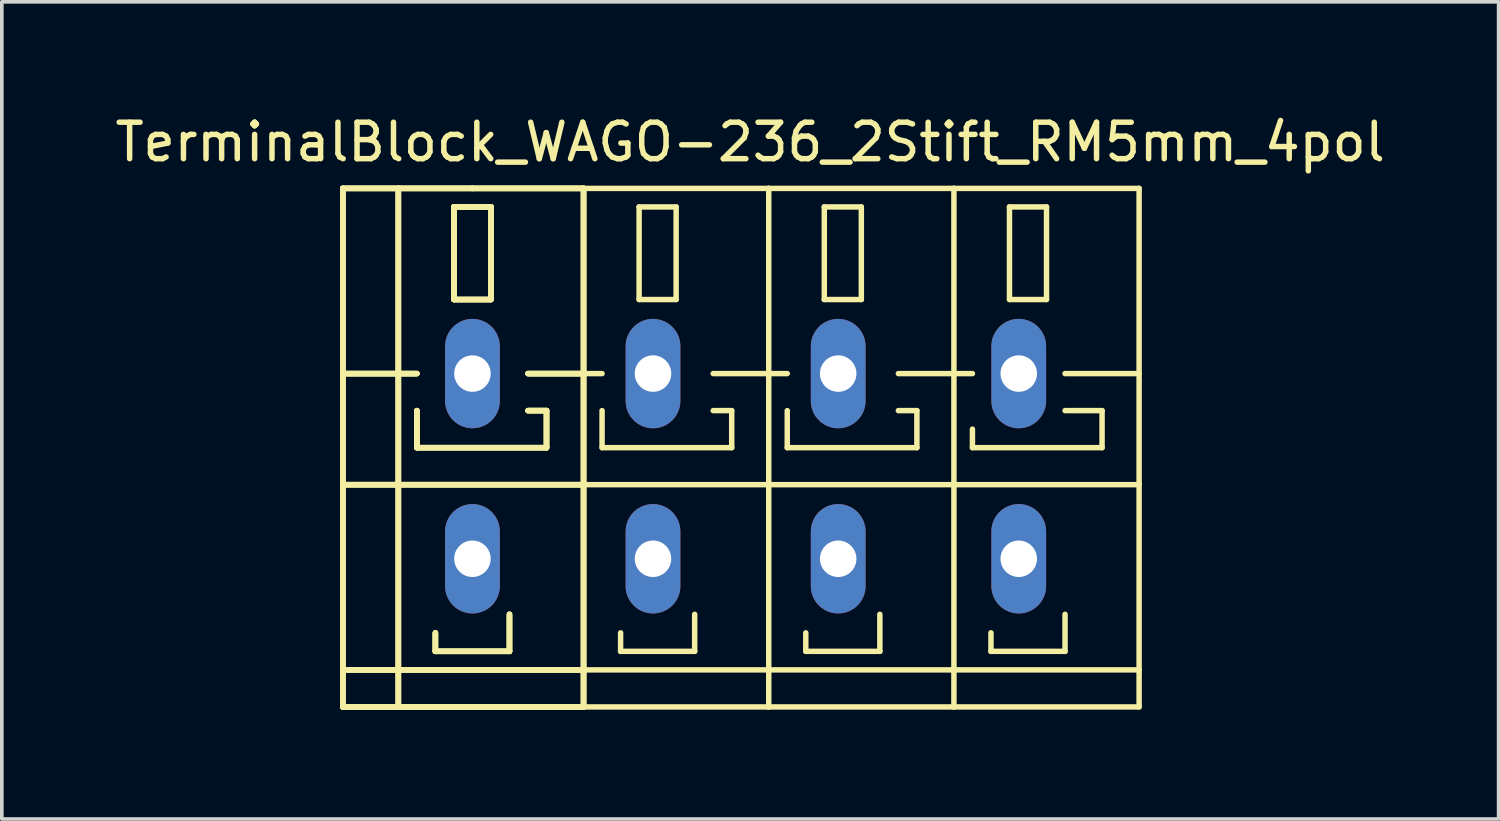
<source format=kicad_pcb>
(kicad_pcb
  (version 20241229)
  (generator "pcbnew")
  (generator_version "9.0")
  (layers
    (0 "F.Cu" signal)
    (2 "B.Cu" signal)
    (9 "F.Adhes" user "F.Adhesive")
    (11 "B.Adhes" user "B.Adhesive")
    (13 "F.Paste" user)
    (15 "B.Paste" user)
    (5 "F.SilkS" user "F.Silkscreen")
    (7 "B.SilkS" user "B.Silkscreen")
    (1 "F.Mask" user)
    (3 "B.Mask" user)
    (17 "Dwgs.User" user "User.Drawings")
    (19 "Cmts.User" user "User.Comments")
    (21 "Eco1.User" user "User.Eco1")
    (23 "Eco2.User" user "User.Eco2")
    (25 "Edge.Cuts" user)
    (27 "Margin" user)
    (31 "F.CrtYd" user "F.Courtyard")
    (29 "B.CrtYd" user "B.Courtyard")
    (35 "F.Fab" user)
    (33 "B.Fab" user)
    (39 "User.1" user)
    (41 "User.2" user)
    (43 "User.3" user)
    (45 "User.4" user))
  (footprint "TerminalBlock_WAGO-236_2Stift_RM5mm_4pol"
    (layer "F.Cu")
    (at 17.53 9.738)
    (property "Reference" "TerminalBlock_WAGO-236_2Stift_RM5mm_4pol" (at 0 -8.89 0) (layer "F.SilkS") (effects (font (size 1 1) (thickness 0.15))))
    (attr through_hole)
    (fp_line (start -11.176 -7.62) (end -9.652 -7.62) (stroke (width 0.15) (type solid)) (layer "F.SilkS"))
    (fp_line (start -11.176 -7.62) (end -9.652 -7.62) (stroke (width 0.15) (type solid)) (layer "F.SilkS"))
    (fp_line (start -11.176 -7.62) (end -9.652 -7.62) (stroke (width 0.15) (type solid)) (layer "F.SilkS"))
    (fp_line (start -11.176 -7.62) (end -9.652 -7.62) (stroke (width 0.15) (type solid)) (layer "F.SilkS"))
    (fp_line (start -11.176 -2.54) (end -9.144 -2.54) (stroke (width 0.15) (type solid)) (layer "F.SilkS"))
    (fp_line (start -11.176 -2.54) (end -9.144 -2.54) (stroke (width 0.15) (type solid)) (layer "F.SilkS"))
    (fp_line (start -11.176 -2.54) (end -9.144 -2.54) (stroke (width 0.15) (type solid)) (layer "F.SilkS"))
    (fp_line (start -11.176 -2.54) (end -9.144 -2.54) (stroke (width 0.15) (type solid)) (layer "F.SilkS"))
    (fp_line (start -11.176 0.508) (end -4.572 0.508) (stroke (width 0.15) (type solid)) (layer "F.SilkS"))
    (fp_line (start -11.176 0.508) (end -4.572 0.508) (stroke (width 0.15) (type solid)) (layer "F.SilkS"))
    (fp_line (start -11.176 0.508) (end -4.572 0.508) (stroke (width 0.15) (type solid)) (layer "F.SilkS"))
    (fp_line (start -11.176 0.508) (end -4.572 0.508) (stroke (width 0.15) (type solid)) (layer "F.SilkS"))
    (fp_line (start -11.176 5.588) (end -4.572 5.588) (stroke (width 0.15) (type solid)) (layer "F.SilkS"))
    (fp_line (start -11.176 5.588) (end -4.572 5.588) (stroke (width 0.15) (type solid)) (layer "F.SilkS"))
    (fp_line (start -11.176 5.588) (end -4.572 5.588) (stroke (width 0.15) (type solid)) (layer "F.SilkS"))
    (fp_line (start -11.176 5.588) (end -4.572 5.588) (stroke (width 0.15) (type solid)) (layer "F.SilkS"))
    (fp_line (start -11.176 6.604) (end -11.176 -7.62) (stroke (width 0.15) (type solid)) (layer "F.SilkS"))
    (fp_line (start -11.176 6.604) (end -11.176 -7.62) (stroke (width 0.15) (type solid)) (layer "F.SilkS"))
    (fp_line (start -11.176 6.604) (end -11.176 -7.62) (stroke (width 0.15) (type solid)) (layer "F.SilkS"))
    (fp_line (start -11.176 6.604) (end -11.176 -7.62) (stroke (width 0.15) (type solid)) (layer "F.SilkS"))
    (fp_line (start -9.652 -7.62) (end -7.62 -7.62) (stroke (width 0.15) (type solid)) (layer "F.SilkS"))
    (fp_line (start -9.652 -7.62) (end -7.62 -7.62) (stroke (width 0.15) (type solid)) (layer "F.SilkS"))
    (fp_line (start -9.652 -7.62) (end -7.62 -7.62) (stroke (width 0.15) (type solid)) (layer "F.SilkS"))
    (fp_line (start -9.652 -7.62) (end -7.62 -7.62) (stroke (width 0.15) (type solid)) (layer "F.SilkS"))
    (fp_line (start -9.652 6.604) (end -11.176 6.604) (stroke (width 0.15) (type solid)) (layer "F.SilkS"))
    (fp_line (start -9.652 6.604) (end -11.176 6.604) (stroke (width 0.15) (type solid)) (layer "F.SilkS"))
    (fp_line (start -9.652 6.604) (end -11.176 6.604) (stroke (width 0.15) (type solid)) (layer "F.SilkS"))
    (fp_line (start -9.652 6.604) (end -11.176 6.604) (stroke (width 0.15) (type solid)) (layer "F.SilkS"))
    (fp_line (start -9.652 6.604) (end -9.652 -7.62) (stroke (width 0.15) (type solid)) (layer "F.SilkS"))
    (fp_line (start -9.652 6.604) (end -9.652 -7.62) (stroke (width 0.15) (type solid)) (layer "F.SilkS"))
    (fp_line (start -9.652 6.604) (end -9.652 -7.62) (stroke (width 0.15) (type solid)) (layer "F.SilkS"))
    (fp_line (start -9.652 6.604) (end -9.652 -7.62) (stroke (width 0.15) (type solid)) (layer "F.SilkS"))
    (fp_line (start -9.144 -1.524) (end -9.144 -0.508) (stroke (width 0.15) (type solid)) (layer "F.SilkS"))
    (fp_line (start -9.144 -1.524) (end -9.144 -0.508) (stroke (width 0.15) (type solid)) (layer "F.SilkS"))
    (fp_line (start -9.144 -1.524) (end -9.144 -0.508) (stroke (width 0.15) (type solid)) (layer "F.SilkS"))
    (fp_line (start -9.144 -1.524) (end -9.144 -0.508) (stroke (width 0.15) (type solid)) (layer "F.SilkS"))
    (fp_line (start -9.144 -0.508) (end -5.588 -0.508) (stroke (width 0.15) (type solid)) (layer "F.SilkS"))
    (fp_line (start -9.144 -0.508) (end -5.588 -0.508) (stroke (width 0.15) (type solid)) (layer "F.SilkS"))
    (fp_line (start -9.144 -0.508) (end -5.588 -0.508) (stroke (width 0.15) (type solid)) (layer "F.SilkS"))
    (fp_line (start -9.144 -0.508) (end -5.588 -0.508) (stroke (width 0.15) (type solid)) (layer "F.SilkS"))
    (fp_line (start -8.636 4.572) (end -8.636 5.08) (stroke (width 0.15) (type solid)) (layer "F.SilkS"))
    (fp_line (start -8.636 4.572) (end -8.636 5.08) (stroke (width 0.15) (type solid)) (layer "F.SilkS"))
    (fp_line (start -8.636 4.572) (end -8.636 5.08) (stroke (width 0.15) (type solid)) (layer "F.SilkS"))
    (fp_line (start -8.636 4.572) (end -8.636 5.08) (stroke (width 0.15) (type solid)) (layer "F.SilkS"))
    (fp_line (start -8.636 5.08) (end -6.604 5.08) (stroke (width 0.15) (type solid)) (layer "F.SilkS"))
    (fp_line (start -8.636 5.08) (end -6.604 5.08) (stroke (width 0.15) (type solid)) (layer "F.SilkS"))
    (fp_line (start -8.636 5.08) (end -6.604 5.08) (stroke (width 0.15) (type solid)) (layer "F.SilkS"))
    (fp_line (start -8.636 5.08) (end -6.604 5.08) (stroke (width 0.15) (type solid)) (layer "F.SilkS"))
    (fp_line (start -8.128 -7.112) (end -7.112 -7.112) (stroke (width 0.15) (type solid)) (layer "F.SilkS"))
    (fp_line (start -8.128 -7.112) (end -7.112 -7.112) (stroke (width 0.15) (type solid)) (layer "F.SilkS"))
    (fp_line (start -8.128 -7.112) (end -7.112 -7.112) (stroke (width 0.15) (type solid)) (layer "F.SilkS"))
    (fp_line (start -8.128 -7.112) (end -7.112 -7.112) (stroke (width 0.15) (type solid)) (layer "F.SilkS"))
    (fp_line (start -8.128 -4.572) (end -8.128 -7.112) (stroke (width 0.15) (type solid)) (layer "F.SilkS"))
    (fp_line (start -8.128 -4.572) (end -8.128 -7.112) (stroke (width 0.15) (type solid)) (layer "F.SilkS"))
    (fp_line (start -8.128 -4.572) (end -8.128 -7.112) (stroke (width 0.15) (type solid)) (layer "F.SilkS"))
    (fp_line (start -8.128 -4.572) (end -8.128 -7.112) (stroke (width 0.15) (type solid)) (layer "F.SilkS"))
    (fp_line (start -7.62 -7.62) (end -4.572 -7.62) (stroke (width 0.15) (type solid)) (layer "F.SilkS"))
    (fp_line (start -7.62 -7.62) (end -4.572 -7.62) (stroke (width 0.15) (type solid)) (layer "F.SilkS"))
    (fp_line (start -7.62 -7.62) (end -4.572 -7.62) (stroke (width 0.15) (type solid)) (layer "F.SilkS"))
    (fp_line (start -7.62 -7.62) (end -4.572 -7.62) (stroke (width 0.15) (type solid)) (layer "F.SilkS"))
    (fp_line (start -7.112 -7.112) (end -7.112 -4.572) (stroke (width 0.15) (type solid)) (layer "F.SilkS"))
    (fp_line (start -7.112 -7.112) (end -7.112 -4.572) (stroke (width 0.15) (type solid)) (layer "F.SilkS"))
    (fp_line (start -7.112 -7.112) (end -7.112 -4.572) (stroke (width 0.15) (type solid)) (layer "F.SilkS"))
    (fp_line (start -7.112 -7.112) (end -7.112 -4.572) (stroke (width 0.15) (type solid)) (layer "F.SilkS"))
    (fp_line (start -7.112 -4.572) (end -8.128 -4.572) (stroke (width 0.15) (type solid)) (layer "F.SilkS"))
    (fp_line (start -7.112 -4.572) (end -8.128 -4.572) (stroke (width 0.15) (type solid)) (layer "F.SilkS"))
    (fp_line (start -7.112 -4.572) (end -8.128 -4.572) (stroke (width 0.15) (type solid)) (layer "F.SilkS"))
    (fp_line (start -7.112 -4.572) (end -8.128 -4.572) (stroke (width 0.15) (type solid)) (layer "F.SilkS"))
    (fp_line (start -6.604 5.08) (end -6.604 4.064) (stroke (width 0.15) (type solid)) (layer "F.SilkS"))
    (fp_line (start -6.604 5.08) (end -6.604 4.064) (stroke (width 0.15) (type solid)) (layer "F.SilkS"))
    (fp_line (start -6.604 5.08) (end -6.604 4.064) (stroke (width 0.15) (type solid)) (layer "F.SilkS"))
    (fp_line (start -6.604 5.08) (end -6.604 4.064) (stroke (width 0.15) (type solid)) (layer "F.SilkS"))
    (fp_line (start -6.096 -2.54) (end -4.572 -2.54) (stroke (width 0.15) (type solid)) (layer "F.SilkS"))
    (fp_line (start -6.096 -2.54) (end -4.572 -2.54) (stroke (width 0.15) (type solid)) (layer "F.SilkS"))
    (fp_line (start -6.096 -2.54) (end -4.572 -2.54) (stroke (width 0.15) (type solid)) (layer "F.SilkS"))
    (fp_line (start -6.096 -2.54) (end -4.572 -2.54) (stroke (width 0.15) (type solid)) (layer "F.SilkS"))
    (fp_line (start -5.588 -1.524) (end -6.096 -1.524) (stroke (width 0.15) (type solid)) (layer "F.SilkS"))
    (fp_line (start -5.588 -1.524) (end -6.096 -1.524) (stroke (width 0.15) (type solid)) (layer "F.SilkS"))
    (fp_line (start -5.588 -1.524) (end -6.096 -1.524) (stroke (width 0.15) (type solid)) (layer "F.SilkS"))
    (fp_line (start -5.588 -1.524) (end -6.096 -1.524) (stroke (width 0.15) (type solid)) (layer "F.SilkS"))
    (fp_line (start -5.588 -0.508) (end -5.588 -1.524) (stroke (width 0.15) (type solid)) (layer "F.SilkS"))
    (fp_line (start -5.588 -0.508) (end -5.588 -1.524) (stroke (width 0.15) (type solid)) (layer "F.SilkS"))
    (fp_line (start -5.588 -0.508) (end -5.588 -1.524) (stroke (width 0.15) (type solid)) (layer "F.SilkS"))
    (fp_line (start -5.588 -0.508) (end -5.588 -1.524) (stroke (width 0.15) (type solid)) (layer "F.SilkS"))
    (fp_line (start -4.572 -7.62) (end -4.572 6.604) (stroke (width 0.15) (type solid)) (layer "F.SilkS"))
    (fp_line (start -4.572 -7.62) (end -4.572 6.604) (stroke (width 0.15) (type solid)) (layer "F.SilkS"))
    (fp_line (start -4.572 -7.62) (end -4.572 6.604) (stroke (width 0.15) (type solid)) (layer "F.SilkS"))
    (fp_line (start -4.572 -7.62) (end -4.572 6.604) (stroke (width 0.15) (type solid)) (layer "F.SilkS"))
    (fp_line (start -4.572 -2.54) (end -4.064 -2.54) (stroke (width 0.15) (type solid)) (layer "F.SilkS"))
    (fp_line (start -4.572 0.508) (end 0.508 0.508) (stroke (width 0.15) (type solid)) (layer "F.SilkS"))
    (fp_line (start -4.572 5.588) (end 0.508 5.588) (stroke (width 0.15) (type solid)) (layer "F.SilkS"))
    (fp_line (start -4.572 6.604) (end -9.652 6.604) (stroke (width 0.15) (type solid)) (layer "F.SilkS"))
    (fp_line (start -4.572 6.604) (end -9.652 6.604) (stroke (width 0.15) (type solid)) (layer "F.SilkS"))
    (fp_line (start -4.572 6.604) (end -9.652 6.604) (stroke (width 0.15) (type solid)) (layer "F.SilkS"))
    (fp_line (start -4.572 6.604) (end -9.652 6.604) (stroke (width 0.15) (type solid)) (layer "F.SilkS"))
    (fp_line (start -4.572 6.604) (end 0.508 6.604) (stroke (width 0.15) (type solid)) (layer "F.SilkS"))
    (fp_line (start -4.064 -1.524) (end -4.064 -0.508) (stroke (width 0.15) (type solid)) (layer "F.SilkS"))
    (fp_line (start -4.064 -0.508) (end -0.508 -0.508) (stroke (width 0.15) (type solid)) (layer "F.SilkS"))
    (fp_line (start -3.556 4.572) (end -3.556 5.08) (stroke (width 0.15) (type solid)) (layer "F.SilkS"))
    (fp_line (start -3.556 5.08) (end -1.524 5.08) (stroke (width 0.15) (type solid)) (layer "F.SilkS"))
    (fp_line (start -3.048 -7.112) (end -3.048 -4.572) (stroke (width 0.15) (type solid)) (layer "F.SilkS"))
    (fp_line (start -3.048 -4.572) (end -2.032 -4.572) (stroke (width 0.15) (type solid)) (layer "F.SilkS"))
    (fp_line (start -2.032 -7.112) (end -3.048 -7.112) (stroke (width 0.15) (type solid)) (layer "F.SilkS"))
    (fp_line (start -2.032 -4.572) (end -2.032 -7.112) (stroke (width 0.15) (type solid)) (layer "F.SilkS"))
    (fp_line (start -1.524 5.08) (end -1.524 4.064) (stroke (width 0.15) (type solid)) (layer "F.SilkS"))
    (fp_line (start -1.016 -2.54) (end 0.508 -2.54) (stroke (width 0.15) (type solid)) (layer "F.SilkS"))
    (fp_line (start -0.508 -1.524) (end -1.016 -1.524) (stroke (width 0.15) (type solid)) (layer "F.SilkS"))
    (fp_line (start -0.508 -0.508) (end -0.508 -1.524) (stroke (width 0.15) (type solid)) (layer "F.SilkS"))
    (fp_line (start 0.508 -7.62) (end -4.572 -7.62) (stroke (width 0.15) (type solid)) (layer "F.SilkS"))
    (fp_line (start 0.508 -2.54) (end 1.016 -2.54) (stroke (width 0.15) (type solid)) (layer "F.SilkS"))
    (fp_line (start 0.508 0.508) (end 5.588 0.508) (stroke (width 0.15) (type solid)) (layer "F.SilkS"))
    (fp_line (start 0.508 5.588) (end 5.588 5.588) (stroke (width 0.15) (type solid)) (layer "F.SilkS"))
    (fp_line (start 0.508 6.604) (end 0.508 -7.62) (stroke (width 0.15) (type solid)) (layer "F.SilkS"))
    (fp_line (start 0.508 6.604) (end 5.588 6.604) (stroke (width 0.15) (type solid)) (layer "F.SilkS"))
    (fp_line (start 1.016 -1.524) (end 1.016 -0.508) (stroke (width 0.15) (type solid)) (layer "F.SilkS"))
    (fp_line (start 1.016 -0.508) (end 4.572 -0.508) (stroke (width 0.15) (type solid)) (layer "F.SilkS"))
    (fp_line (start 1.524 4.572) (end 1.524 5.08) (stroke (width 0.15) (type solid)) (layer "F.SilkS"))
    (fp_line (start 1.524 5.08) (end 3.556 5.08) (stroke (width 0.15) (type solid)) (layer "F.SilkS"))
    (fp_line (start 2.032 -7.112) (end 2.032 -4.572) (stroke (width 0.15) (type solid)) (layer "F.SilkS"))
    (fp_line (start 2.032 -4.572) (end 3.048 -4.572) (stroke (width 0.15) (type solid)) (layer "F.SilkS"))
    (fp_line (start 3.048 -7.112) (end 2.032 -7.112) (stroke (width 0.15) (type solid)) (layer "F.SilkS"))
    (fp_line (start 3.048 -4.572) (end 3.048 -7.112) (stroke (width 0.15) (type solid)) (layer "F.SilkS"))
    (fp_line (start 3.556 5.08) (end 3.556 4.064) (stroke (width 0.15) (type solid)) (layer "F.SilkS"))
    (fp_line (start 4.064 -2.54) (end 5.588 -2.54) (stroke (width 0.15) (type solid)) (layer "F.SilkS"))
    (fp_line (start 4.572 -1.524) (end 4.064 -1.524) (stroke (width 0.15) (type solid)) (layer "F.SilkS"))
    (fp_line (start 4.572 -0.508) (end 4.572 -1.524) (stroke (width 0.15) (type solid)) (layer "F.SilkS"))
    (fp_line (start 5.588 -7.62) (end 0.508 -7.62) (stroke (width 0.15) (type solid)) (layer "F.SilkS"))
    (fp_line (start 5.588 -2.54) (end 6.096 -2.54) (stroke (width 0.15) (type solid)) (layer "F.SilkS"))
    (fp_line (start 5.588 0.508) (end 10.668 0.508) (stroke (width 0.15) (type solid)) (layer "F.SilkS"))
    (fp_line (start 5.588 5.588) (end 10.668 5.588) (stroke (width 0.15) (type solid)) (layer "F.SilkS"))
    (fp_line (start 5.588 6.604) (end 5.588 -7.62) (stroke (width 0.15) (type solid)) (layer "F.SilkS"))
    (fp_line (start 5.588 6.604) (end 10.668 6.604) (stroke (width 0.15) (type solid)) (layer "F.SilkS"))
    (fp_line (start 6.096 -1.016) (end 6.096 -0.508) (stroke (width 0.15) (type solid)) (layer "F.SilkS"))
    (fp_line (start 6.096 -0.508) (end 9.652 -0.508) (stroke (width 0.15) (type solid)) (layer "F.SilkS"))
    (fp_line (start 6.604 4.572) (end 6.604 5.08) (stroke (width 0.15) (type solid)) (layer "F.SilkS"))
    (fp_line (start 6.604 5.08) (end 8.636 5.08) (stroke (width 0.15) (type solid)) (layer "F.SilkS"))
    (fp_line (start 7.112 -7.112) (end 7.112 -4.572) (stroke (width 0.15) (type solid)) (layer "F.SilkS"))
    (fp_line (start 7.112 -4.572) (end 8.128 -4.572) (stroke (width 0.15) (type solid)) (layer "F.SilkS"))
    (fp_line (start 8.128 -7.112) (end 7.112 -7.112) (stroke (width 0.15) (type solid)) (layer "F.SilkS"))
    (fp_line (start 8.128 -4.572) (end 8.128 -7.112) (stroke (width 0.15) (type solid)) (layer "F.SilkS"))
    (fp_line (start 8.636 -2.54) (end 10.668 -2.54) (stroke (width 0.15) (type solid)) (layer "F.SilkS"))
    (fp_line (start 8.636 5.08) (end 8.636 4.064) (stroke (width 0.15) (type solid)) (layer "F.SilkS"))
    (fp_line (start 9.652 -1.524) (end 8.636 -1.524) (stroke (width 0.15) (type solid)) (layer "F.SilkS"))
    (fp_line (start 9.652 -0.508) (end 9.652 -1.524) (stroke (width 0.15) (type solid)) (layer "F.SilkS"))
    (fp_line (start 10.668 -7.62) (end 5.588 -7.62) (stroke (width 0.15) (type solid)) (layer "F.SilkS"))
    (fp_line (start 10.668 6.604) (end 10.668 -7.62) (stroke (width 0.15) (type solid)) (layer "F.SilkS"))
    (pad "1" thru_hole oval (at -7.62 -2.54 90) (size 3 1.501) (drill 1.001) (layers "*.Cu" "*.Mask"))
    (pad "1" thru_hole oval (at -7.62 2.54 90) (size 3 1.501) (drill 1.001) (layers "*.Cu" "*.Mask"))
    (pad "2" thru_hole oval (at -2.667 -2.54 90) (size 3 1.501) (drill 1.001) (layers "*.Cu" "*.Mask"))
    (pad "2" thru_hole oval (at -2.667 2.54 90) (size 3 1.501) (drill 1.001) (layers "*.Cu" "*.Mask"))
    (pad "3" thru_hole oval (at 2.413 -2.54 90) (size 3 1.501) (drill 1.001) (layers "*.Cu" "*.Mask"))
    (pad "3" thru_hole oval (at 2.413 2.54 90) (size 3 1.501) (drill 1.001) (layers "*.Cu" "*.Mask"))
    (pad "4" thru_hole oval (at 7.366 -2.54 90) (size 3 1.501) (drill 1.001) (layers "*.Cu" "*.Mask"))
    (pad "4" thru_hole oval (at 7.366 2.54 90) (size 3 1.501) (drill 1.001) (layers "*.Cu" "*.Mask")))
  (gr_rect
    (start -3 -3)
    (end 38.06 19.417)
    (stroke (width 0.1) (type default))
    (fill no)
    (layer "Edge.Cuts")))
</source>
